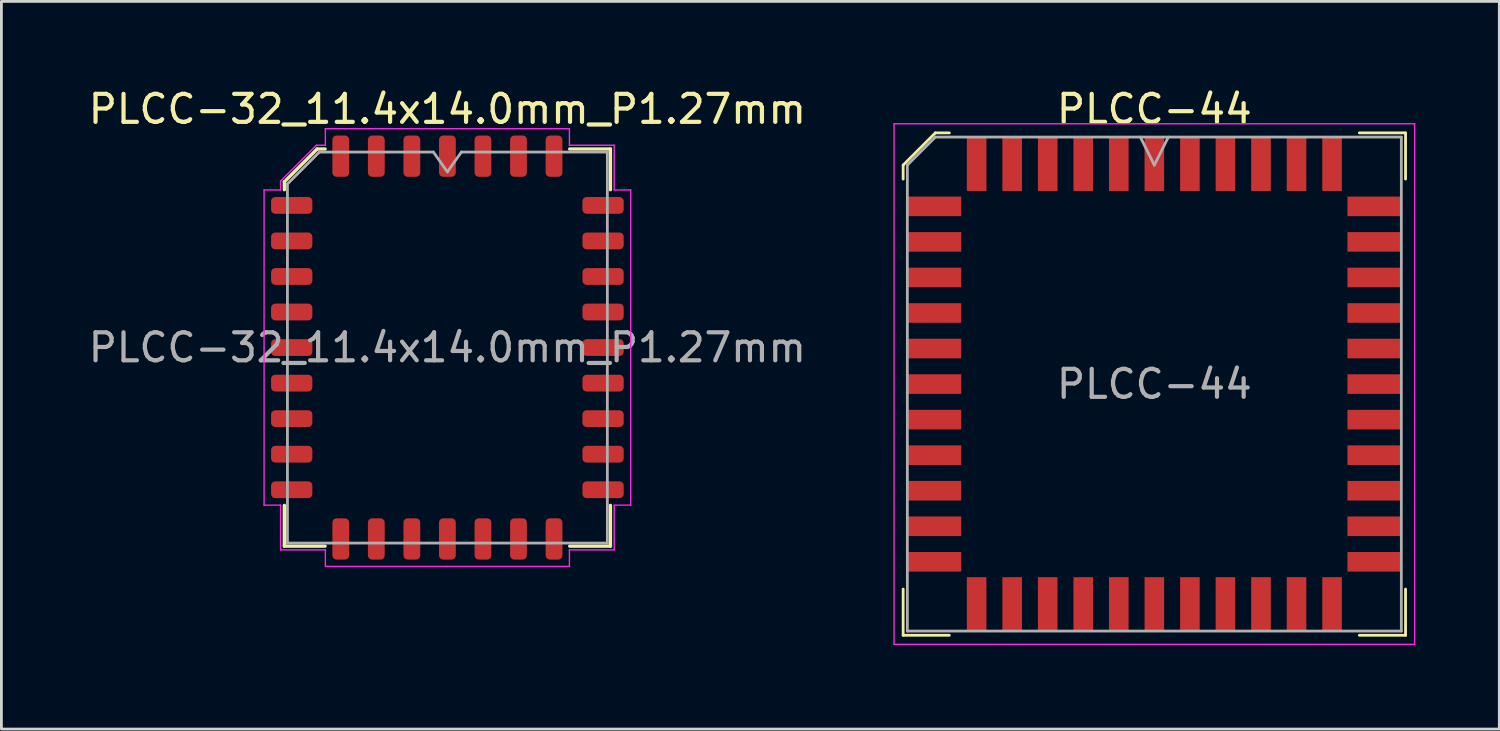
<source format=kicad_pcb>
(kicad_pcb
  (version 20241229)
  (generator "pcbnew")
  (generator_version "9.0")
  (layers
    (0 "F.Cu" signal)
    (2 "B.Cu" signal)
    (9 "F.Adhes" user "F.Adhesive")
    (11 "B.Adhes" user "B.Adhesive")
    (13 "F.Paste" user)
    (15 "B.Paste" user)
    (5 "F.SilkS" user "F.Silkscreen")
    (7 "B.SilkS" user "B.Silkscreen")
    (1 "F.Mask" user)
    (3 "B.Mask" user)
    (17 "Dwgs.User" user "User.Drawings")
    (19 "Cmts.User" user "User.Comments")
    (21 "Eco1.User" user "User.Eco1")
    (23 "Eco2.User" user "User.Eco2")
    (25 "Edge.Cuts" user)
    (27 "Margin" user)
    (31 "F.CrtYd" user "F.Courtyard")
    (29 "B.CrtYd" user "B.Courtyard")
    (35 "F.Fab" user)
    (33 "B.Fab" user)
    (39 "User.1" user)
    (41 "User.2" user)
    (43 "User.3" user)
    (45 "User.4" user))
  (footprint "PLCC-44"
    (layer "F.Cu")
    (at 38.194 10.673)
    (property "Reference" "PLCC-44" (at 0 -9.825 0) (layer "F.SilkS") (effects (font (size 1 1) (thickness 0.15))))
    (attr smd)
    (fp_line (start -8.975 -7.825) (end -8.975 -7.325) (stroke (width 0.1) (type solid)) (layer "F.SilkS"))
    (fp_line (start -8.975 8.975) (end -8.975 7.325) (stroke (width 0.1) (type solid)) (layer "F.SilkS"))
    (fp_line (start -7.825 -8.975) (end -8.975 -7.825) (stroke (width 0.1) (type solid)) (layer "F.SilkS"))
    (fp_line (start -7.325 -8.975) (end -7.825 -8.975) (stroke (width 0.1) (type solid)) (layer "F.SilkS"))
    (fp_line (start -7.325 8.975) (end -8.975 8.975) (stroke (width 0.1) (type solid)) (layer "F.SilkS"))
    (fp_line (start 7.325 -8.975) (end 8.975 -8.975) (stroke (width 0.1) (type solid)) (layer "F.SilkS"))
    (fp_line (start 7.325 8.975) (end 8.975 8.975) (stroke (width 0.1) (type solid)) (layer "F.SilkS"))
    (fp_line (start 8.975 -8.975) (end 8.975 -7.325) (stroke (width 0.1) (type solid)) (layer "F.SilkS"))
    (fp_line (start 8.975 8.975) (end 8.975 7.325) (stroke (width 0.1) (type solid)) (layer "F.SilkS"))
    (fp_line (start -9.3 -9.3) (end -9.3 9.3) (stroke (width 0.05) (type solid)) (layer "F.CrtYd"))
    (fp_line (start -9.3 9.3) (end 9.3 9.3) (stroke (width 0.05) (type solid)) (layer "F.CrtYd"))
    (fp_line (start 9.3 -9.3) (end -9.3 -9.3) (stroke (width 0.05) (type solid)) (layer "F.CrtYd"))
    (fp_line (start 9.3 9.3) (end 9.3 -9.3) (stroke (width 0.05) (type solid)) (layer "F.CrtYd"))
    (fp_line (start -8.825 -7.825) (end -8.825 8.825) (stroke (width 0.1) (type solid)) (layer "F.Fab"))
    (fp_line (start -8.825 8.825) (end 8.825 8.825) (stroke (width 0.1) (type solid)) (layer "F.Fab"))
    (fp_line (start -7.825 -8.825) (end -8.825 -7.825) (stroke (width 0.1) (type solid)) (layer "F.Fab"))
    (fp_line (start -0.5 -8.825) (end 0 -7.825) (stroke (width 0.1) (type solid)) (layer "F.Fab"))
    (fp_line (start 0 -7.825) (end 0.5 -8.825) (stroke (width 0.1) (type solid)) (layer "F.Fab"))
    (fp_line (start 8.825 -8.825) (end -7.825 -8.825) (stroke (width 0.1) (type solid)) (layer "F.Fab"))
    (fp_line (start 8.825 8.825) (end 8.825 -8.825) (stroke (width 0.1) (type solid)) (layer "F.Fab"))
    (fp_text user "${REFERENCE}" (at 0 0 0) (layer "F.Fab") (effects (font (size 1 1) (thickness 0.15))))
    (pad "1" smd rect (at 0 -7.862) (size 0.7 1.925) (layers "F.Cu" "F.Mask" "F.Paste"))
    (pad "2" smd rect (at -1.27 -7.862) (size 0.7 1.925) (layers "F.Cu" "F.Mask" "F.Paste"))
    (pad "3" smd rect (at -2.54 -7.862) (size 0.7 1.925) (layers "F.Cu" "F.Mask" "F.Paste"))
    (pad "4" smd rect (at -3.81 -7.862) (size 0.7 1.925) (layers "F.Cu" "F.Mask" "F.Paste"))
    (pad "5" smd rect (at -5.08 -7.862) (size 0.7 1.925) (layers "F.Cu" "F.Mask" "F.Paste"))
    (pad "6" smd rect (at -6.35 -7.862) (size 0.7 1.925) (layers "F.Cu" "F.Mask" "F.Paste"))
    (pad "7" smd rect (at -7.862 -6.35) (size 1.925 0.7) (layers "F.Cu" "F.Mask" "F.Paste"))
    (pad "8" smd rect (at -7.862 -5.08) (size 1.925 0.7) (layers "F.Cu" "F.Mask" "F.Paste"))
    (pad "9" smd rect (at -7.862 -3.81) (size 1.925 0.7) (layers "F.Cu" "F.Mask" "F.Paste"))
    (pad "10" smd rect (at -7.862 -2.54) (size 1.925 0.7) (layers "F.Cu" "F.Mask" "F.Paste"))
    (pad "11" smd rect (at -7.862 -1.27) (size 1.925 0.7) (layers "F.Cu" "F.Mask" "F.Paste"))
    (pad "12" smd rect (at -7.862 0) (size 1.925 0.7) (layers "F.Cu" "F.Mask" "F.Paste"))
    (pad "13" smd rect (at -7.862 1.27) (size 1.925 0.7) (layers "F.Cu" "F.Mask" "F.Paste"))
    (pad "14" smd rect (at -7.862 2.54) (size 1.925 0.7) (layers "F.Cu" "F.Mask" "F.Paste"))
    (pad "15" smd rect (at -7.862 3.81) (size 1.925 0.7) (layers "F.Cu" "F.Mask" "F.Paste"))
    (pad "16" smd rect (at -7.862 5.08) (size 1.925 0.7) (layers "F.Cu" "F.Mask" "F.Paste"))
    (pad "17" smd rect (at -7.862 6.35) (size 1.925 0.7) (layers "F.Cu" "F.Mask" "F.Paste"))
    (pad "18" smd rect (at -6.35 7.862) (size 0.7 1.925) (layers "F.Cu" "F.Mask" "F.Paste"))
    (pad "19" smd rect (at -5.08 7.862) (size 0.7 1.925) (layers "F.Cu" "F.Mask" "F.Paste"))
    (pad "20" smd rect (at -3.81 7.862) (size 0.7 1.925) (layers "F.Cu" "F.Mask" "F.Paste"))
    (pad "21" smd rect (at -2.54 7.862) (size 0.7 1.925) (layers "F.Cu" "F.Mask" "F.Paste"))
    (pad "22" smd rect (at -1.27 7.862) (size 0.7 1.925) (layers "F.Cu" "F.Mask" "F.Paste"))
    (pad "23" smd rect (at 0 7.862) (size 0.7 1.925) (layers "F.Cu" "F.Mask" "F.Paste"))
    (pad "24" smd rect (at 1.27 7.862) (size 0.7 1.925) (layers "F.Cu" "F.Mask" "F.Paste"))
    (pad "25" smd rect (at 2.54 7.862) (size 0.7 1.925) (layers "F.Cu" "F.Mask" "F.Paste"))
    (pad "26" smd rect (at 3.81 7.862) (size 0.7 1.925) (layers "F.Cu" "F.Mask" "F.Paste"))
    (pad "27" smd rect (at 5.08 7.862) (size 0.7 1.925) (layers "F.Cu" "F.Mask" "F.Paste"))
    (pad "28" smd rect (at 6.35 7.862) (size 0.7 1.925) (layers "F.Cu" "F.Mask" "F.Paste"))
    (pad "29" smd rect (at 7.862 6.35) (size 1.925 0.7) (layers "F.Cu" "F.Mask" "F.Paste"))
    (pad "30" smd rect (at 7.862 5.08) (size 1.925 0.7) (layers "F.Cu" "F.Mask" "F.Paste"))
    (pad "31" smd rect (at 7.862 3.81) (size 1.925 0.7) (layers "F.Cu" "F.Mask" "F.Paste"))
    (pad "32" smd rect (at 7.862 2.54) (size 1.925 0.7) (layers "F.Cu" "F.Mask" "F.Paste"))
    (pad "33" smd rect (at 7.862 1.27) (size 1.925 0.7) (layers "F.Cu" "F.Mask" "F.Paste"))
    (pad "34" smd rect (at 7.862 0) (size 1.925 0.7) (layers "F.Cu" "F.Mask" "F.Paste"))
    (pad "35" smd rect (at 7.862 -1.27) (size 1.925 0.7) (layers "F.Cu" "F.Mask" "F.Paste"))
    (pad "36" smd rect (at 7.862 -2.54) (size 1.925 0.7) (layers "F.Cu" "F.Mask" "F.Paste"))
    (pad "37" smd rect (at 7.862 -3.81) (size 1.925 0.7) (layers "F.Cu" "F.Mask" "F.Paste"))
    (pad "38" smd rect (at 7.862 -5.08) (size 1.925 0.7) (layers "F.Cu" "F.Mask" "F.Paste"))
    (pad "39" smd rect (at 7.862 -6.35) (size 1.925 0.7) (layers "F.Cu" "F.Mask" "F.Paste"))
    (pad "40" smd rect (at 6.35 -7.862) (size 0.7 1.925) (layers "F.Cu" "F.Mask" "F.Paste"))
    (pad "41" smd rect (at 5.08 -7.862) (size 0.7 1.925) (layers "F.Cu" "F.Mask" "F.Paste"))
    (pad "42" smd rect (at 3.81 -7.862) (size 0.7 1.925) (layers "F.Cu" "F.Mask" "F.Paste"))
    (pad "43" smd rect (at 2.54 -7.862) (size 0.7 1.925) (layers "F.Cu" "F.Mask" "F.Paste"))
    (pad "44" smd rect (at 1.27 -7.862) (size 0.7 1.925) (layers "F.Cu" "F.Mask" "F.Paste")))
  (footprint "PLCC-32_11.4x14.0mm_P1.27mm"
    (layer "F.Cu")
    (at 12.935 9.368)
    (property "Reference" "PLCC-32_11.4x14.0mm_P1.27mm" (at 0 -8.52 0) (layer "F.SilkS") (effects (font (size 1 1) (thickness 0.15))))
    (attr smd)
    (fp_line (start -5.825 -5.923) (end -5.825 -5.64) (stroke (width 0.12) (type solid)) (layer "F.SilkS"))
    (fp_line (start -5.825 7.095) (end -5.825 5.64) (stroke (width 0.12) (type solid)) (layer "F.SilkS"))
    (fp_line (start -4.653 -7.095) (end -5.825 -5.923) (stroke (width 0.12) (type solid)) (layer "F.SilkS"))
    (fp_line (start -4.37 -7.095) (end -4.653 -7.095) (stroke (width 0.12) (type solid)) (layer "F.SilkS"))
    (fp_line (start -4.37 7.095) (end -5.825 7.095) (stroke (width 0.12) (type solid)) (layer "F.SilkS"))
    (fp_line (start 4.37 -7.095) (end 5.825 -7.095) (stroke (width 0.12) (type solid)) (layer "F.SilkS"))
    (fp_line (start 4.37 7.095) (end 5.825 7.095) (stroke (width 0.12) (type solid)) (layer "F.SilkS"))
    (fp_line (start 5.825 -7.095) (end 5.825 -5.64) (stroke (width 0.12) (type solid)) (layer "F.SilkS"))
    (fp_line (start 5.825 7.095) (end 5.825 5.64) (stroke (width 0.12) (type solid)) (layer "F.SilkS"))
    (fp_line (start -6.55 -5.63) (end -6.55 0) (stroke (width 0.05) (type solid)) (layer "F.CrtYd"))
    (fp_line (start -6.55 5.63) (end -6.55 0) (stroke (width 0.05) (type solid)) (layer "F.CrtYd"))
    (fp_line (start -5.96 -5.95) (end -5.96 -5.63) (stroke (width 0.05) (type solid)) (layer "F.CrtYd"))
    (fp_line (start -5.96 -5.63) (end -6.55 -5.63) (stroke (width 0.05) (type solid)) (layer "F.CrtYd"))
    (fp_line (start -5.96 5.63) (end -6.55 5.63) (stroke (width 0.05) (type solid)) (layer "F.CrtYd"))
    (fp_line (start -5.96 7.23) (end -5.96 5.63) (stroke (width 0.05) (type solid)) (layer "F.CrtYd"))
    (fp_line (start -4.68 -7.23) (end -5.96 -5.95) (stroke (width 0.05) (type solid)) (layer "F.CrtYd"))
    (fp_line (start -4.36 -7.82) (end -4.36 -7.23) (stroke (width 0.05) (type solid)) (layer "F.CrtYd"))
    (fp_line (start -4.36 -7.23) (end -4.68 -7.23) (stroke (width 0.05) (type solid)) (layer "F.CrtYd"))
    (fp_line (start -4.36 7.23) (end -5.96 7.23) (stroke (width 0.05) (type solid)) (layer "F.CrtYd"))
    (fp_line (start -4.36 7.82) (end -4.36 7.23) (stroke (width 0.05) (type solid)) (layer "F.CrtYd"))
    (fp_line (start 0 -7.82) (end -4.36 -7.82) (stroke (width 0.05) (type solid)) (layer "F.CrtYd"))
    (fp_line (start 0 -7.82) (end 4.36 -7.82) (stroke (width 0.05) (type solid)) (layer "F.CrtYd"))
    (fp_line (start 0 7.82) (end -4.36 7.82) (stroke (width 0.05) (type solid)) (layer "F.CrtYd"))
    (fp_line (start 0 7.82) (end 4.36 7.82) (stroke (width 0.05) (type solid)) (layer "F.CrtYd"))
    (fp_line (start 4.36 -7.82) (end 4.36 -7.23) (stroke (width 0.05) (type solid)) (layer "F.CrtYd"))
    (fp_line (start 4.36 -7.23) (end 5.96 -7.23) (stroke (width 0.05) (type solid)) (layer "F.CrtYd"))
    (fp_line (start 4.36 7.23) (end 5.96 7.23) (stroke (width 0.05) (type solid)) (layer "F.CrtYd"))
    (fp_line (start 4.36 7.82) (end 4.36 7.23) (stroke (width 0.05) (type solid)) (layer "F.CrtYd"))
    (fp_line (start 5.96 -7.23) (end 5.96 -5.63) (stroke (width 0.05) (type solid)) (layer "F.CrtYd"))
    (fp_line (start 5.96 -5.63) (end 6.55 -5.63) (stroke (width 0.05) (type solid)) (layer "F.CrtYd"))
    (fp_line (start 5.96 5.63) (end 6.55 5.63) (stroke (width 0.05) (type solid)) (layer "F.CrtYd"))
    (fp_line (start 5.96 7.23) (end 5.96 5.63) (stroke (width 0.05) (type solid)) (layer "F.CrtYd"))
    (fp_line (start 6.55 -5.63) (end 6.55 0) (stroke (width 0.05) (type solid)) (layer "F.CrtYd"))
    (fp_line (start 6.55 5.63) (end 6.55 0) (stroke (width 0.05) (type solid)) (layer "F.CrtYd"))
    (fp_line (start -5.715 -5.845) (end -4.575 -6.985) (stroke (width 0.1) (type solid)) (layer "F.Fab"))
    (fp_line (start -5.715 6.985) (end -5.715 -5.845) (stroke (width 0.1) (type solid)) (layer "F.Fab"))
    (fp_line (start -4.575 -6.985) (end -0.5 -6.985) (stroke (width 0.1) (type solid)) (layer "F.Fab"))
    (fp_line (start -0.5 -6.985) (end 0 -6.278) (stroke (width 0.1) (type solid)) (layer "F.Fab"))
    (fp_line (start 0 -6.278) (end 0.5 -6.985) (stroke (width 0.1) (type solid)) (layer "F.Fab"))
    (fp_line (start 0.5 -6.985) (end 5.715 -6.985) (stroke (width 0.1) (type solid)) (layer "F.Fab"))
    (fp_line (start 5.715 -6.985) (end 5.715 6.985) (stroke (width 0.1) (type solid)) (layer "F.Fab"))
    (fp_line (start 5.715 6.985) (end -5.715 6.985) (stroke (width 0.1) (type solid)) (layer "F.Fab"))
    (fp_text user "${REFERENCE}" (at 0 0 0) (layer "F.Fab") (effects (font (size 1 1) (thickness 0.15))))
    (pad "1" smd roundrect (at 0 -6.838) (size 0.6 1.475) (layers "F.Cu" "F.Mask" "F.Paste") (roundrect_rratio 0.25))
    (pad "2" smd roundrect (at -1.27 -6.838) (size 0.6 1.475) (layers "F.Cu" "F.Mask" "F.Paste") (roundrect_rratio 0.25))
    (pad "3" smd roundrect (at -2.54 -6.838) (size 0.6 1.475) (layers "F.Cu" "F.Mask" "F.Paste") (roundrect_rratio 0.25))
    (pad "4" smd roundrect (at -3.81 -6.838) (size 0.6 1.475) (layers "F.Cu" "F.Mask" "F.Paste") (roundrect_rratio 0.25))
    (pad "5" smd roundrect (at -5.562 -5.08) (size 1.475 0.6) (layers "F.Cu" "F.Mask" "F.Paste") (roundrect_rratio 0.25))
    (pad "6" smd roundrect (at -5.562 -3.81) (size 1.475 0.6) (layers "F.Cu" "F.Mask" "F.Paste") (roundrect_rratio 0.25))
    (pad "7" smd roundrect (at -5.562 -2.54) (size 1.475 0.6) (layers "F.Cu" "F.Mask" "F.Paste") (roundrect_rratio 0.25))
    (pad "8" smd roundrect (at -5.562 -1.27) (size 1.475 0.6) (layers "F.Cu" "F.Mask" "F.Paste") (roundrect_rratio 0.25))
    (pad "9" smd roundrect (at -5.562 0) (size 1.475 0.6) (layers "F.Cu" "F.Mask" "F.Paste") (roundrect_rratio 0.25))
    (pad "10" smd roundrect (at -5.562 1.27) (size 1.475 0.6) (layers "F.Cu" "F.Mask" "F.Paste") (roundrect_rratio 0.25))
    (pad "11" smd roundrect (at -5.562 2.54) (size 1.475 0.6) (layers "F.Cu" "F.Mask" "F.Paste") (roundrect_rratio 0.25))
    (pad "12" smd roundrect (at -5.562 3.81) (size 1.475 0.6) (layers "F.Cu" "F.Mask" "F.Paste") (roundrect_rratio 0.25))
    (pad "13" smd roundrect (at -5.562 5.08) (size 1.475 0.6) (layers "F.Cu" "F.Mask" "F.Paste") (roundrect_rratio 0.25))
    (pad "14" smd roundrect (at -3.81 6.838) (size 0.6 1.475) (layers "F.Cu" "F.Mask" "F.Paste") (roundrect_rratio 0.25))
    (pad "15" smd roundrect (at -2.54 6.838) (size 0.6 1.475) (layers "F.Cu" "F.Mask" "F.Paste") (roundrect_rratio 0.25))
    (pad "16" smd roundrect (at -1.27 6.838) (size 0.6 1.475) (layers "F.Cu" "F.Mask" "F.Paste") (roundrect_rratio 0.25))
    (pad "17" smd roundrect (at 0 6.838) (size 0.6 1.475) (layers "F.Cu" "F.Mask" "F.Paste") (roundrect_rratio 0.25))
    (pad "18" smd roundrect (at 1.27 6.838) (size 0.6 1.475) (layers "F.Cu" "F.Mask" "F.Paste") (roundrect_rratio 0.25))
    (pad "19" smd roundrect (at 2.54 6.838) (size 0.6 1.475) (layers "F.Cu" "F.Mask" "F.Paste") (roundrect_rratio 0.25))
    (pad "20" smd roundrect (at 3.81 6.838) (size 0.6 1.475) (layers "F.Cu" "F.Mask" "F.Paste") (roundrect_rratio 0.25))
    (pad "21" smd roundrect (at 5.562 5.08) (size 1.475 0.6) (layers "F.Cu" "F.Mask" "F.Paste") (roundrect_rratio 0.25))
    (pad "22" smd roundrect (at 5.562 3.81) (size 1.475 0.6) (layers "F.Cu" "F.Mask" "F.Paste") (roundrect_rratio 0.25))
    (pad "23" smd roundrect (at 5.562 2.54) (size 1.475 0.6) (layers "F.Cu" "F.Mask" "F.Paste") (roundrect_rratio 0.25))
    (pad "24" smd roundrect (at 5.562 1.27) (size 1.475 0.6) (layers "F.Cu" "F.Mask" "F.Paste") (roundrect_rratio 0.25))
    (pad "25" smd roundrect (at 5.562 0) (size 1.475 0.6) (layers "F.Cu" "F.Mask" "F.Paste") (roundrect_rratio 0.25))
    (pad "26" smd roundrect (at 5.562 -1.27) (size 1.475 0.6) (layers "F.Cu" "F.Mask" "F.Paste") (roundrect_rratio 0.25))
    (pad "27" smd roundrect (at 5.562 -2.54) (size 1.475 0.6) (layers "F.Cu" "F.Mask" "F.Paste") (roundrect_rratio 0.25))
    (pad "28" smd roundrect (at 5.562 -3.81) (size 1.475 0.6) (layers "F.Cu" "F.Mask" "F.Paste") (roundrect_rratio 0.25))
    (pad "29" smd roundrect (at 5.562 -5.08) (size 1.475 0.6) (layers "F.Cu" "F.Mask" "F.Paste") (roundrect_rratio 0.25))
    (pad "30" smd roundrect (at 3.81 -6.838) (size 0.6 1.475) (layers "F.Cu" "F.Mask" "F.Paste") (roundrect_rratio 0.25))
    (pad "31" smd roundrect (at 2.54 -6.838) (size 0.6 1.475) (layers "F.Cu" "F.Mask" "F.Paste") (roundrect_rratio 0.25))
    (pad "32" smd roundrect (at 1.27 -6.838) (size 0.6 1.475) (layers "F.Cu" "F.Mask" "F.Paste") (roundrect_rratio 0.25)))
  (gr_rect
    (start -3 -3)
    (end 50.519 22.998)
    (stroke (width 0.1) (type default))
    (fill no)
    (layer "Edge.Cuts")))
</source>
